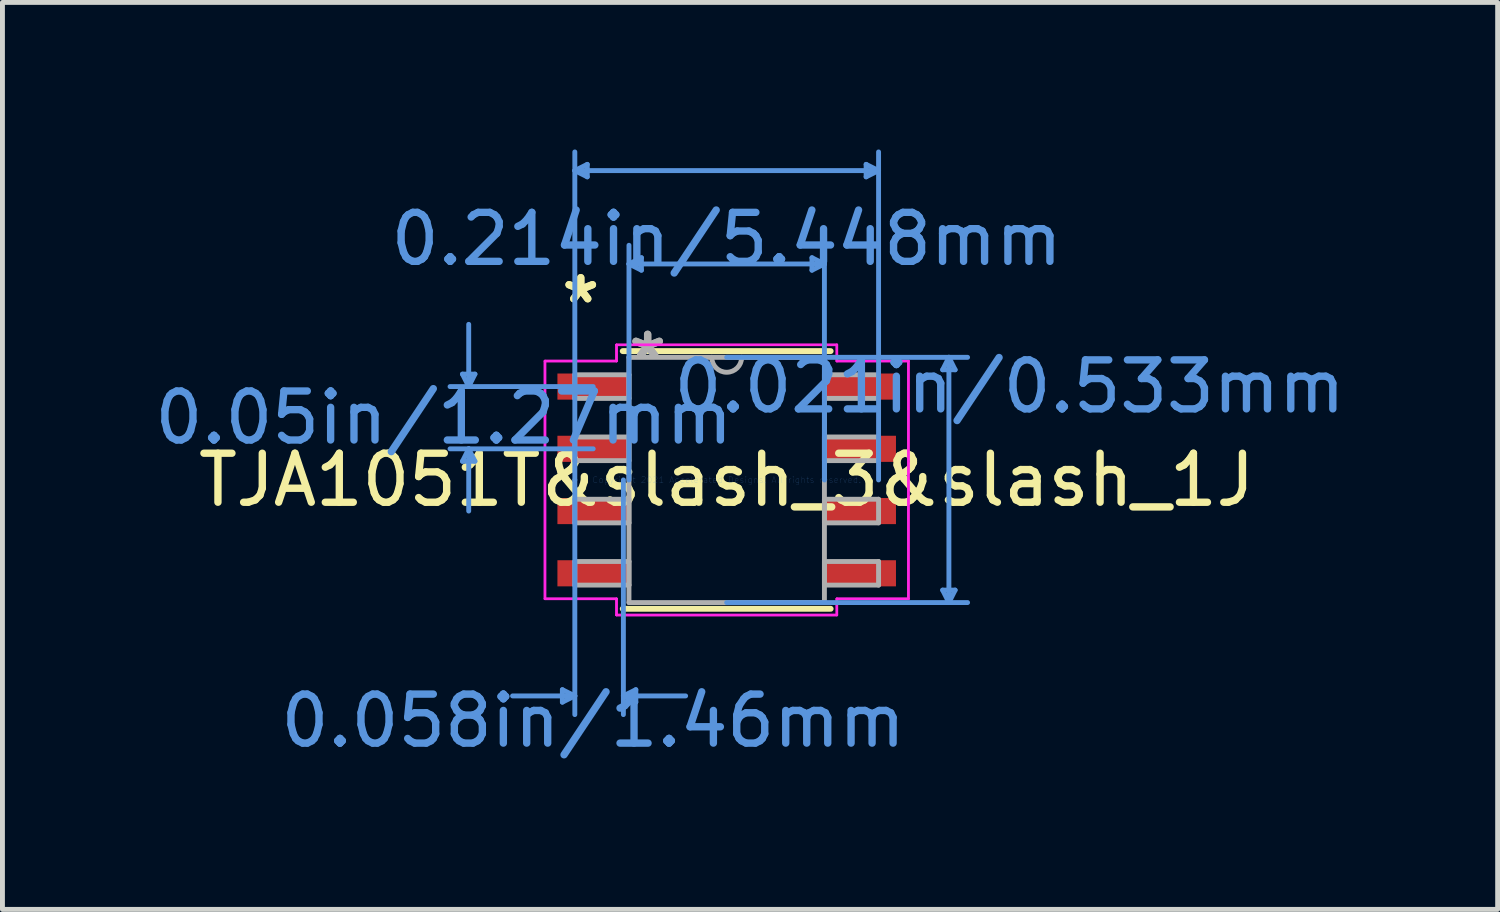
<source format=kicad_pcb>
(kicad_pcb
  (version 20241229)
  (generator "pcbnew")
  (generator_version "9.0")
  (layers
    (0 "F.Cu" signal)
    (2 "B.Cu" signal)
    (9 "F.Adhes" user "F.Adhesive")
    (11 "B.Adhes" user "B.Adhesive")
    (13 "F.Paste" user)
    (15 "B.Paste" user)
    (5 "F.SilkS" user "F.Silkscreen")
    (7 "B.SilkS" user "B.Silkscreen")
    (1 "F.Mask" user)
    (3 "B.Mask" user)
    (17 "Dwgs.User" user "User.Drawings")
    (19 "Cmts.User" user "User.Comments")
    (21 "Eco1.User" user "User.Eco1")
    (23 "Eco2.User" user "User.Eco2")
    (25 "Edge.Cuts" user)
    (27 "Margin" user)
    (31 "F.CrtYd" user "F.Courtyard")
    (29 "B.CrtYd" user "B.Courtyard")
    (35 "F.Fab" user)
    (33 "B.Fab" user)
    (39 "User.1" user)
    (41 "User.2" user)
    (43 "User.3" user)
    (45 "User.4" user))
  (footprint "TJA1051T&slash_3&slash_1J"
    (layer "F.Cu")
    (at 11.778 6.743)
    (property "Reference" "TJA1051T&slash_3&slash_1J" (at 0 0 0) (layer "F.SilkS") (effects (font (size 1 1) (thickness 0.15))))
    (attr through_hole)
    (fp_line (start -2.121 2.629) (end 2.121 2.629) (stroke (width 0.12) (type solid)) (layer "F.SilkS"))
    (fp_line (start 2.121 -2.629) (end -2.121 -2.629) (stroke (width 0.12) (type solid)) (layer "F.SilkS"))
    (fp_line (start -5.391 -2.159) (end -5.137 -2.159) (stroke (width 0.1) (type solid)) (layer "Cmts.User"))
    (fp_line (start -5.391 -0.381) (end -5.137 -0.381) (stroke (width 0.1) (type solid)) (layer "Cmts.User"))
    (fp_line (start -5.264 -1.905) (end -5.391 -2.159) (stroke (width 0.1) (type solid)) (layer "Cmts.User"))
    (fp_line (start -5.264 -1.905) (end -5.264 -3.175) (stroke (width 0.1) (type solid)) (layer "Cmts.User"))
    (fp_line (start -5.264 -1.905) (end -5.137 -2.159) (stroke (width 0.1) (type solid)) (layer "Cmts.User"))
    (fp_line (start -5.264 -0.635) (end -5.391 -0.381) (stroke (width 0.1) (type solid)) (layer "Cmts.User"))
    (fp_line (start -5.264 -0.635) (end -5.264 0.635) (stroke (width 0.1) (type solid)) (layer "Cmts.User"))
    (fp_line (start -5.264 -0.635) (end -5.137 -0.381) (stroke (width 0.1) (type solid)) (layer "Cmts.User"))
    (fp_line (start -3.353 4.28) (end -3.353 4.534) (stroke (width 0.1) (type solid)) (layer "Cmts.User"))
    (fp_line (start -3.099 -6.312) (end -2.845 -6.439) (stroke (width 0.1) (type solid)) (layer "Cmts.User"))
    (fp_line (start -3.099 -6.312) (end -2.845 -6.185) (stroke (width 0.1) (type solid)) (layer "Cmts.User"))
    (fp_line (start -3.099 -6.312) (end 3.099 -6.312) (stroke (width 0.1) (type solid)) (layer "Cmts.User"))
    (fp_line (start -3.099 0) (end -3.099 -6.693) (stroke (width 0.1) (type solid)) (layer "Cmts.User"))
    (fp_line (start -3.099 0) (end -3.099 4.788) (stroke (width 0.1) (type solid)) (layer "Cmts.User"))
    (fp_line (start -3.099 4.407) (end -4.369 4.407) (stroke (width 0.1) (type solid)) (layer "Cmts.User"))
    (fp_line (start -3.099 4.407) (end -3.353 4.28) (stroke (width 0.1) (type solid)) (layer "Cmts.User"))
    (fp_line (start -3.099 4.407) (end -3.353 4.534) (stroke (width 0.1) (type solid)) (layer "Cmts.User"))
    (fp_line (start -2.845 -6.439) (end -2.845 -6.185) (stroke (width 0.1) (type solid)) (layer "Cmts.User"))
    (fp_line (start -2.724 -1.905) (end -5.645 -1.905) (stroke (width 0.1) (type solid)) (layer "Cmts.User"))
    (fp_line (start -2.724 -0.635) (end -5.645 -0.635) (stroke (width 0.1) (type solid)) (layer "Cmts.User"))
    (fp_line (start -2.108 0) (end -2.108 4.788) (stroke (width 0.1) (type solid)) (layer "Cmts.User"))
    (fp_line (start -2.108 4.407) (end -1.854 4.28) (stroke (width 0.1) (type solid)) (layer "Cmts.User"))
    (fp_line (start -2.108 4.407) (end -1.854 4.534) (stroke (width 0.1) (type solid)) (layer "Cmts.User"))
    (fp_line (start -2.108 4.407) (end -0.838 4.407) (stroke (width 0.1) (type solid)) (layer "Cmts.User"))
    (fp_line (start -1.994 -4.407) (end -1.74 -4.534) (stroke (width 0.1) (type solid)) (layer "Cmts.User"))
    (fp_line (start -1.994 -4.407) (end -1.74 -4.28) (stroke (width 0.1) (type solid)) (layer "Cmts.User"))
    (fp_line (start -1.994 -4.407) (end 1.994 -4.407) (stroke (width 0.1) (type solid)) (layer "Cmts.User"))
    (fp_line (start -1.994 0) (end -1.994 -4.788) (stroke (width 0.1) (type solid)) (layer "Cmts.User"))
    (fp_line (start -1.854 4.28) (end -1.854 4.534) (stroke (width 0.1) (type solid)) (layer "Cmts.User"))
    (fp_line (start -1.74 -4.534) (end -1.74 -4.28) (stroke (width 0.1) (type solid)) (layer "Cmts.User"))
    (fp_line (start 0 -2.502) (end 4.915 -2.502) (stroke (width 0.1) (type solid)) (layer "Cmts.User"))
    (fp_line (start 0 2.502) (end 4.915 2.502) (stroke (width 0.1) (type solid)) (layer "Cmts.User"))
    (fp_line (start 1.74 -4.534) (end 1.74 -4.28) (stroke (width 0.1) (type solid)) (layer "Cmts.User"))
    (fp_line (start 1.994 -4.407) (end 1.74 -4.534) (stroke (width 0.1) (type solid)) (layer "Cmts.User"))
    (fp_line (start 1.994 -4.407) (end 1.74 -4.28) (stroke (width 0.1) (type solid)) (layer "Cmts.User"))
    (fp_line (start 1.994 0) (end 1.994 -4.788) (stroke (width 0.1) (type solid)) (layer "Cmts.User"))
    (fp_line (start 2.845 -6.439) (end 2.845 -6.185) (stroke (width 0.1) (type solid)) (layer "Cmts.User"))
    (fp_line (start 3.099 -6.312) (end 2.845 -6.439) (stroke (width 0.1) (type solid)) (layer "Cmts.User"))
    (fp_line (start 3.099 -6.312) (end 2.845 -6.185) (stroke (width 0.1) (type solid)) (layer "Cmts.User"))
    (fp_line (start 3.099 0) (end 3.099 -6.693) (stroke (width 0.1) (type solid)) (layer "Cmts.User"))
    (fp_line (start 4.407 -2.248) (end 4.661 -2.248) (stroke (width 0.1) (type solid)) (layer "Cmts.User"))
    (fp_line (start 4.407 2.248) (end 4.661 2.248) (stroke (width 0.1) (type solid)) (layer "Cmts.User"))
    (fp_line (start 4.534 -2.502) (end 4.407 -2.248) (stroke (width 0.1) (type solid)) (layer "Cmts.User"))
    (fp_line (start 4.534 -2.502) (end 4.534 2.502) (stroke (width 0.1) (type solid)) (layer "Cmts.User"))
    (fp_line (start 4.534 -2.502) (end 4.661 -2.248) (stroke (width 0.1) (type solid)) (layer "Cmts.User"))
    (fp_line (start 4.534 2.502) (end 4.407 2.248) (stroke (width 0.1) (type solid)) (layer "Cmts.User"))
    (fp_line (start 4.534 2.502) (end 4.661 2.248) (stroke (width 0.1) (type solid)) (layer "Cmts.User"))
    (fp_line (start -3.708 -2.426) (end -2.248 -2.426) (stroke (width 0.05) (type solid)) (layer "F.CrtYd"))
    (fp_line (start -3.708 -2.426) (end -2.248 -2.426) (stroke (width 0.05) (type solid)) (layer "F.CrtYd"))
    (fp_line (start -3.708 2.426) (end -3.708 -2.426) (stroke (width 0.05) (type solid)) (layer "F.CrtYd"))
    (fp_line (start -3.708 2.426) (end -3.708 -2.426) (stroke (width 0.05) (type solid)) (layer "F.CrtYd"))
    (fp_line (start -3.708 2.426) (end -2.248 2.426) (stroke (width 0.05) (type solid)) (layer "F.CrtYd"))
    (fp_line (start -2.248 -2.756) (end 2.248 -2.756) (stroke (width 0.05) (type solid)) (layer "F.CrtYd"))
    (fp_line (start -2.248 -2.756) (end 2.248 -2.756) (stroke (width 0.05) (type solid)) (layer "F.CrtYd"))
    (fp_line (start -2.248 -2.426) (end -2.248 -2.756) (stroke (width 0.05) (type solid)) (layer "F.CrtYd"))
    (fp_line (start -2.248 -2.426) (end -2.248 -2.756) (stroke (width 0.05) (type solid)) (layer "F.CrtYd"))
    (fp_line (start -2.248 2.426) (end -3.708 2.426) (stroke (width 0.05) (type solid)) (layer "F.CrtYd"))
    (fp_line (start -2.248 2.756) (end -2.248 2.426) (stroke (width 0.05) (type solid)) (layer "F.CrtYd"))
    (fp_line (start -2.248 2.756) (end -2.248 2.426) (stroke (width 0.05) (type solid)) (layer "F.CrtYd"))
    (fp_line (start 2.248 -2.756) (end 2.248 -2.426) (stroke (width 0.05) (type solid)) (layer "F.CrtYd"))
    (fp_line (start 2.248 -2.756) (end 2.248 -2.426) (stroke (width 0.05) (type solid)) (layer "F.CrtYd"))
    (fp_line (start 2.248 -2.426) (end 3.708 -2.426) (stroke (width 0.05) (type solid)) (layer "F.CrtYd"))
    (fp_line (start 2.248 2.426) (end 2.248 2.756) (stroke (width 0.05) (type solid)) (layer "F.CrtYd"))
    (fp_line (start 2.248 2.426) (end 2.248 2.756) (stroke (width 0.05) (type solid)) (layer "F.CrtYd"))
    (fp_line (start 2.248 2.756) (end -2.248 2.756) (stroke (width 0.05) (type solid)) (layer "F.CrtYd"))
    (fp_line (start 2.248 2.756) (end -2.248 2.756) (stroke (width 0.05) (type solid)) (layer "F.CrtYd"))
    (fp_line (start 3.708 -2.426) (end 2.248 -2.426) (stroke (width 0.05) (type solid)) (layer "F.CrtYd"))
    (fp_line (start 3.708 -2.426) (end 3.708 2.426) (stroke (width 0.05) (type solid)) (layer "F.CrtYd"))
    (fp_line (start 3.708 -2.426) (end 3.708 2.426) (stroke (width 0.05) (type solid)) (layer "F.CrtYd"))
    (fp_line (start 3.708 2.426) (end 2.248 2.426) (stroke (width 0.05) (type solid)) (layer "F.CrtYd"))
    (fp_line (start 3.708 2.426) (end 2.248 2.426) (stroke (width 0.05) (type solid)) (layer "F.CrtYd"))
    (fp_line (start -3.099 -2.146) (end -3.099 -1.664) (stroke (width 0.1) (type solid)) (layer "F.Fab"))
    (fp_line (start -3.099 -1.664) (end -1.994 -1.664) (stroke (width 0.1) (type solid)) (layer "F.Fab"))
    (fp_line (start -3.099 -0.876) (end -3.099 -0.394) (stroke (width 0.1) (type solid)) (layer "F.Fab"))
    (fp_line (start -3.099 -0.394) (end -1.994 -0.394) (stroke (width 0.1) (type solid)) (layer "F.Fab"))
    (fp_line (start -3.099 0.394) (end -3.099 0.876) (stroke (width 0.1) (type solid)) (layer "F.Fab"))
    (fp_line (start -3.099 0.876) (end -1.994 0.876) (stroke (width 0.1) (type solid)) (layer "F.Fab"))
    (fp_line (start -3.099 1.664) (end -3.099 2.146) (stroke (width 0.1) (type solid)) (layer "F.Fab"))
    (fp_line (start -3.099 2.146) (end -1.994 2.146) (stroke (width 0.1) (type solid)) (layer "F.Fab"))
    (fp_line (start -1.994 -2.502) (end -1.994 2.502) (stroke (width 0.1) (type solid)) (layer "F.Fab"))
    (fp_line (start -1.994 -2.146) (end -3.099 -2.146) (stroke (width 0.1) (type solid)) (layer "F.Fab"))
    (fp_line (start -1.994 -1.664) (end -1.994 -2.146) (stroke (width 0.1) (type solid)) (layer "F.Fab"))
    (fp_line (start -1.994 -0.876) (end -3.099 -0.876) (stroke (width 0.1) (type solid)) (layer "F.Fab"))
    (fp_line (start -1.994 -0.394) (end -1.994 -0.876) (stroke (width 0.1) (type solid)) (layer "F.Fab"))
    (fp_line (start -1.994 0.394) (end -3.099 0.394) (stroke (width 0.1) (type solid)) (layer "F.Fab"))
    (fp_line (start -1.994 0.876) (end -1.994 0.394) (stroke (width 0.1) (type solid)) (layer "F.Fab"))
    (fp_line (start -1.994 1.664) (end -3.099 1.664) (stroke (width 0.1) (type solid)) (layer "F.Fab"))
    (fp_line (start -1.994 2.146) (end -1.994 1.664) (stroke (width 0.1) (type solid)) (layer "F.Fab"))
    (fp_line (start -1.994 2.502) (end 1.994 2.502) (stroke (width 0.1) (type solid)) (layer "F.Fab"))
    (fp_line (start 1.994 -2.502) (end -1.994 -2.502) (stroke (width 0.1) (type solid)) (layer "F.Fab"))
    (fp_line (start 1.994 -2.146) (end 1.994 -1.664) (stroke (width 0.1) (type solid)) (layer "F.Fab"))
    (fp_line (start 1.994 -1.664) (end 3.099 -1.664) (stroke (width 0.1) (type solid)) (layer "F.Fab"))
    (fp_line (start 1.994 -0.876) (end 1.994 -0.394) (stroke (width 0.1) (type solid)) (layer "F.Fab"))
    (fp_line (start 1.994 -0.394) (end 3.099 -0.394) (stroke (width 0.1) (type solid)) (layer "F.Fab"))
    (fp_line (start 1.994 0.394) (end 1.994 0.876) (stroke (width 0.1) (type solid)) (layer "F.Fab"))
    (fp_line (start 1.994 0.876) (end 3.099 0.876) (stroke (width 0.1) (type solid)) (layer "F.Fab"))
    (fp_line (start 1.994 1.664) (end 1.994 2.146) (stroke (width 0.1) (type solid)) (layer "F.Fab"))
    (fp_line (start 1.994 2.146) (end 3.099 2.146) (stroke (width 0.1) (type solid)) (layer "F.Fab"))
    (fp_line (start 1.994 2.502) (end 1.994 -2.502) (stroke (width 0.1) (type solid)) (layer "F.Fab"))
    (fp_line (start 3.099 -2.146) (end 1.994 -2.146) (stroke (width 0.1) (type solid)) (layer "F.Fab"))
    (fp_line (start 3.099 -1.664) (end 3.099 -2.146) (stroke (width 0.1) (type solid)) (layer "F.Fab"))
    (fp_line (start 3.099 -0.876) (end 1.994 -0.876) (stroke (width 0.1) (type solid)) (layer "F.Fab"))
    (fp_line (start 3.099 -0.394) (end 3.099 -0.876) (stroke (width 0.1) (type solid)) (layer "F.Fab"))
    (fp_line (start 3.099 0.394) (end 1.994 0.394) (stroke (width 0.1) (type solid)) (layer "F.Fab"))
    (fp_line (start 3.099 0.876) (end 3.099 0.394) (stroke (width 0.1) (type solid)) (layer "F.Fab"))
    (fp_line (start 3.099 1.664) (end 1.994 1.664) (stroke (width 0.1) (type solid)) (layer "F.Fab"))
    (fp_line (start 3.099 2.146) (end 3.099 1.664) (stroke (width 0.1) (type solid)) (layer "F.Fab"))
    (fp_arc (start 0.3048 -2.5019) (mid 0 -2.1971) (end -0.3048 -2.5019) (stroke (width 0.1) (type solid)) (layer "F.Fab"))
    (fp_text user "*" (at -2.978 -3.581 0) (layer "F.SilkS") (effects (font (size 1 1) (thickness 0.15))))
    (fp_text user "*" (at -2.978 -3.581 0) (layer "F.SilkS") (effects (font (size 1 1) (thickness 0.15))))
    (fp_text user "0.058in/1.46mm" (at -2.724 4.915 0) (layer "Cmts.User") (effects (font (size 1 1) (thickness 0.15))))
    (fp_text user "0.214in/5.448mm" (at 0 -4.915 0) (layer "Cmts.User") (effects (font (size 1 1) (thickness 0.15))))
    (fp_text user "0.05in/1.27mm" (at -5.772 -1.27 0) (layer "Cmts.User") (effects (font (size 1 1) (thickness 0.15))))
    (fp_text user "0.021in/0.533mm" (at 5.772 -1.905 0) (layer "Cmts.User") (effects (font (size 1 1) (thickness 0.15))))
    (fp_text user "Copyright 2021 Accelerated Designs. All rights reserved." (at 0 0 0) (layer "Cmts.User") (effects (font (size 0.127 0.127) (thickness 0.002))))
    (fp_text user "*" (at -1.613 -2.426 0) (layer "F.Fab") (effects (font (size 1 1) (thickness 0.15))))
    (fp_text user "*" (at -1.613 -2.426 0) (layer "F.Fab") (effects (font (size 1 1) (thickness 0.15))))
    (pad "1" smd rect (at -2.724 -1.905) (size 1.46 0.533) (layers "F.Cu" "F.Mask" "F.Paste"))
    (pad "2" smd rect (at -2.724 -0.635) (size 1.46 0.533) (layers "F.Cu" "F.Mask" "F.Paste"))
    (pad "3" smd rect (at -2.724 0.635) (size 1.46 0.533) (layers "F.Cu" "F.Mask" "F.Paste"))
    (pad "4" smd rect (at -2.724 1.905) (size 1.46 0.533) (layers "F.Cu" "F.Mask" "F.Paste"))
    (pad "5" smd rect (at 2.724 1.905) (size 1.46 0.533) (layers "F.Cu" "F.Mask" "F.Paste"))
    (pad "6" smd rect (at 2.724 0.635) (size 1.46 0.533) (layers "F.Cu" "F.Mask" "F.Paste"))
    (pad "7" smd rect (at 2.724 -0.635) (size 1.46 0.533) (layers "F.Cu" "F.Mask" "F.Paste"))
    (pad "8" smd rect (at 2.724 -1.905) (size 1.46 0.533) (layers "F.Cu" "F.Mask" "F.Paste")))
  (gr_rect
    (start -3 -3)
    (end 27.509 15.506)
    (stroke (width 0.1) (type default))
    (fill no)
    (layer "Edge.Cuts")))
</source>
